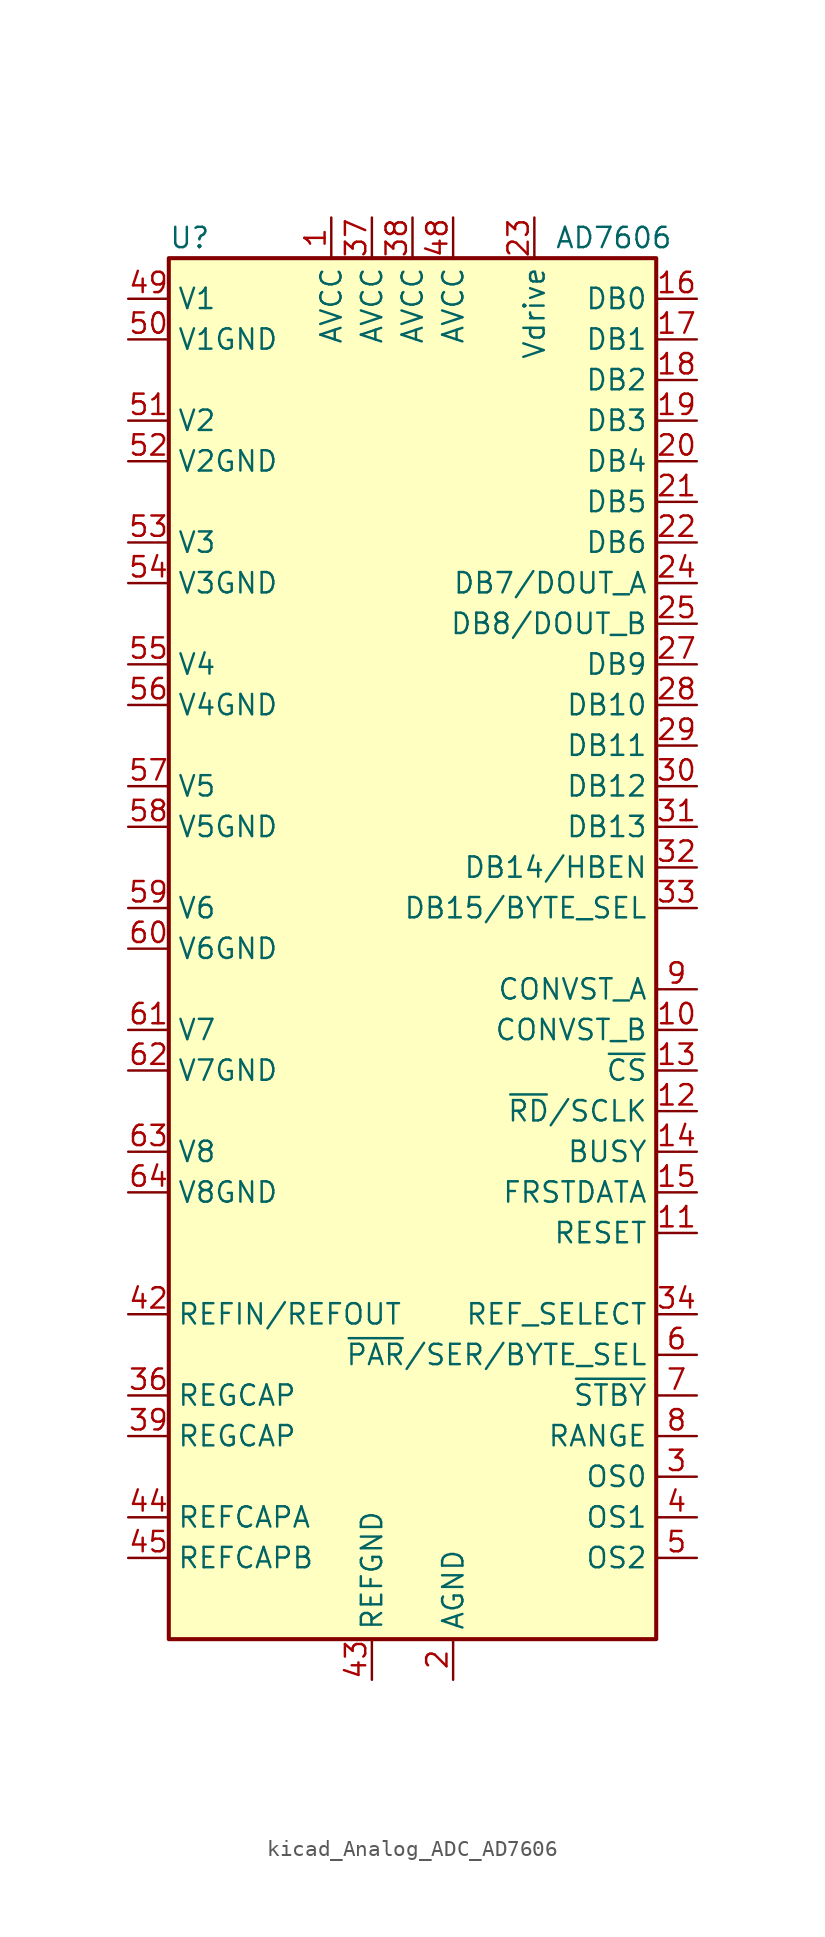
<source format=kicad_sym>
(kicad_symbol_lib
  (version 20220914)
  (generator kicad_symbol_editor)
  (symbol "kicad_Analog_ADC_AD7606"
    (property "Reference" "U"
      (at -15.24 44.45 0)
      (effects (font (size 1.27 1.27)) (justify left)))
    (property "Value" "AD7606"
      (at 8.89 44.45 0)
      (effects (font (size 1.27 1.27)) (justify left)))
    (symbol "kicad_Analog_ADC_AD7606_1_1"
      (rectangle (start -15.24 43.18) (end 15.24 -43.18) (stroke (width 0.254) (type default)) (fill (type background)))
      (pin power_in line (at -5.08 45.72 270) (length 2.54) (name "AVCC" (effects (font (size 1.27 1.27)))) (number "1" (effects (font (size 1.27 1.27)))))
      (pin input line (at 17.78 -5.08 180) (length 2.54) (name "CONVST_B" (effects (font (size 1.27 1.27)))) (number "10" (effects (font (size 1.27 1.27)))))
      (pin input line (at 17.78 -17.78 180) (length 2.54) (name "RESET" (effects (font (size 1.27 1.27)))) (number "11" (effects (font (size 1.27 1.27)))))
      (pin input line (at 17.78 -10.16 180) (length 2.54) (name "~{RD}/SCLK" (effects (font (size 1.27 1.27)))) (number "12" (effects (font (size 1.27 1.27)))))
      (pin input line (at 17.78 -7.62 180) (length 2.54) (name "~{CS}" (effects (font (size 1.27 1.27)))) (number "13" (effects (font (size 1.27 1.27)))))
      (pin output line (at 17.78 -12.7 180) (length 2.54) (name "BUSY" (effects (font (size 1.27 1.27)))) (number "14" (effects (font (size 1.27 1.27)))))
      (pin output line (at 17.78 -15.24 180) (length 2.54) (name "FRSTDATA" (effects (font (size 1.27 1.27)))) (number "15" (effects (font (size 1.27 1.27)))))
      (pin output line (at 17.78 40.64 180) (length 2.54) (name "DB0" (effects (font (size 1.27 1.27)))) (number "16" (effects (font (size 1.27 1.27)))))
      (pin output line (at 17.78 38.1 180) (length 2.54) (name "DB1" (effects (font (size 1.27 1.27)))) (number "17" (effects (font (size 1.27 1.27)))))
      (pin output line (at 17.78 35.56 180) (length 2.54) (name "DB2" (effects (font (size 1.27 1.27)))) (number "18" (effects (font (size 1.27 1.27)))))
      (pin output line (at 17.78 33.02 180) (length 2.54) (name "DB3" (effects (font (size 1.27 1.27)))) (number "19" (effects (font (size 1.27 1.27)))))
      (pin power_in line (at 2.54 -45.72 90) (length 2.54) (name "AGND" (effects (font (size 1.27 1.27)))) (number "2" (effects (font (size 1.27 1.27)))))
      (pin output line (at 17.78 30.48 180) (length 2.54) (name "DB4" (effects (font (size 1.27 1.27)))) (number "20" (effects (font (size 1.27 1.27)))))
      (pin output line (at 17.78 27.94 180) (length 2.54) (name "DB5" (effects (font (size 1.27 1.27)))) (number "21" (effects (font (size 1.27 1.27)))))
      (pin output line (at 17.78 25.4 180) (length 2.54) (name "DB6" (effects (font (size 1.27 1.27)))) (number "22" (effects (font (size 1.27 1.27)))))
      (pin power_in line (at 7.62 45.72 270) (length 2.54) (name "Vdrive" (effects (font (size 1.27 1.27)))) (number "23" (effects (font (size 1.27 1.27)))))
      (pin output line (at 17.78 22.86 180) (length 2.54) (name "DB7/DOUT_A" (effects (font (size 1.27 1.27)))) (number "24" (effects (font (size 1.27 1.27)))))
      (pin output line (at 17.78 20.32 180) (length 2.54) (name "DB8/DOUT_B" (effects (font (size 1.27 1.27)))) (number "25" (effects (font (size 1.27 1.27)))))
      (pin passive line (at 2.54 -45.72 90) (length 2.54) hide (name "AGND" (effects (font (size 1.27 1.27)))) (number "26" (effects (font (size 1.27 1.27)))))
      (pin output line (at 17.78 17.78 180) (length 2.54) (name "DB9" (effects (font (size 1.27 1.27)))) (number "27" (effects (font (size 1.27 1.27)))))
      (pin output line (at 17.78 15.24 180) (length 2.54) (name "DB10" (effects (font (size 1.27 1.27)))) (number "28" (effects (font (size 1.27 1.27)))))
      (pin output line (at 17.78 12.7 180) (length 2.54) (name "DB11" (effects (font (size 1.27 1.27)))) (number "29" (effects (font (size 1.27 1.27)))))
      (pin input line (at 17.78 -33.02 180) (length 2.54) (name "OS0" (effects (font (size 1.27 1.27)))) (number "3" (effects (font (size 1.27 1.27)))))
      (pin output line (at 17.78 10.16 180) (length 2.54) (name "DB12" (effects (font (size 1.27 1.27)))) (number "30" (effects (font (size 1.27 1.27)))))
      (pin output line (at 17.78 7.62 180) (length 2.54) (name "DB13" (effects (font (size 1.27 1.27)))) (number "31" (effects (font (size 1.27 1.27)))))
      (pin bidirectional line (at 17.78 5.08 180) (length 2.54) (name "DB14/HBEN" (effects (font (size 1.27 1.27)))) (number "32" (effects (font (size 1.27 1.27)))))
      (pin bidirectional line (at 17.78 2.54 180) (length 2.54) (name "DB15/BYTE_SEL" (effects (font (size 1.27 1.27)))) (number "33" (effects (font (size 1.27 1.27)))))
      (pin input line (at 17.78 -22.86 180) (length 2.54) (name "REF_SELECT" (effects (font (size 1.27 1.27)))) (number "34" (effects (font (size 1.27 1.27)))))
      (pin passive line (at 2.54 -45.72 90) (length 2.54) hide (name "AGND" (effects (font (size 1.27 1.27)))) (number "35" (effects (font (size 1.27 1.27)))))
      (pin passive line (at -17.78 -27.94 0) (length 2.54) (name "REGCAP" (effects (font (size 1.27 1.27)))) (number "36" (effects (font (size 1.27 1.27)))))
      (pin power_in line (at -2.54 45.72 270) (length 2.54) (name "AVCC" (effects (font (size 1.27 1.27)))) (number "37" (effects (font (size 1.27 1.27)))))
      (pin power_in line (at 0 45.72 270) (length 2.54) (name "AVCC" (effects (font (size 1.27 1.27)))) (number "38" (effects (font (size 1.27 1.27)))))
      (pin passive line (at -17.78 -30.48 0) (length 2.54) (name "REGCAP" (effects (font (size 1.27 1.27)))) (number "39" (effects (font (size 1.27 1.27)))))
      (pin input line (at 17.78 -35.56 180) (length 2.54) (name "OS1" (effects (font (size 1.27 1.27)))) (number "4" (effects (font (size 1.27 1.27)))))
      (pin passive line (at 2.54 -45.72 90) (length 2.54) hide (name "AGND" (effects (font (size 1.27 1.27)))) (number "40" (effects (font (size 1.27 1.27)))))
      (pin passive line (at 2.54 -45.72 90) (length 2.54) hide (name "AGND" (effects (font (size 1.27 1.27)))) (number "41" (effects (font (size 1.27 1.27)))))
      (pin passive line (at -17.78 -22.86 0) (length 2.54) (name "REFIN/REFOUT" (effects (font (size 1.27 1.27)))) (number "42" (effects (font (size 1.27 1.27)))))
      (pin power_in line (at -2.54 -45.72 90) (length 2.54) (name "REFGND" (effects (font (size 1.27 1.27)))) (number "43" (effects (font (size 1.27 1.27)))))
      (pin passive line (at -17.78 -35.56 0) (length 2.54) (name "REFCAPA" (effects (font (size 1.27 1.27)))) (number "44" (effects (font (size 1.27 1.27)))))
      (pin passive line (at -17.78 -38.1 0) (length 2.54) (name "REFCAPB" (effects (font (size 1.27 1.27)))) (number "45" (effects (font (size 1.27 1.27)))))
      (pin passive line (at -2.54 -45.72 90) (length 2.54) hide (name "REFGND" (effects (font (size 1.27 1.27)))) (number "46" (effects (font (size 1.27 1.27)))))
      (pin passive line (at 2.54 -45.72 90) (length 2.54) hide (name "AGND" (effects (font (size 1.27 1.27)))) (number "47" (effects (font (size 1.27 1.27)))))
      (pin power_in line (at 2.54 45.72 270) (length 2.54) (name "AVCC" (effects (font (size 1.27 1.27)))) (number "48" (effects (font (size 1.27 1.27)))))
      (pin input line (at -17.78 40.64 0) (length 2.54) (name "V1" (effects (font (size 1.27 1.27)))) (number "49" (effects (font (size 1.27 1.27)))))
      (pin input line (at 17.78 -38.1 180) (length 2.54) (name "OS2" (effects (font (size 1.27 1.27)))) (number "5" (effects (font (size 1.27 1.27)))))
      (pin input line (at -17.78 38.1 0) (length 2.54) (name "V1GND" (effects (font (size 1.27 1.27)))) (number "50" (effects (font (size 1.27 1.27)))))
      (pin input line (at -17.78 33.02 0) (length 2.54) (name "V2" (effects (font (size 1.27 1.27)))) (number "51" (effects (font (size 1.27 1.27)))))
      (pin input line (at -17.78 30.48 0) (length 2.54) (name "V2GND" (effects (font (size 1.27 1.27)))) (number "52" (effects (font (size 1.27 1.27)))))
      (pin input line (at -17.78 25.4 0) (length 2.54) (name "V3" (effects (font (size 1.27 1.27)))) (number "53" (effects (font (size 1.27 1.27)))))
      (pin input line (at -17.78 22.86 0) (length 2.54) (name "V3GND" (effects (font (size 1.27 1.27)))) (number "54" (effects (font (size 1.27 1.27)))))
      (pin input line (at -17.78 17.78 0) (length 2.54) (name "V4" (effects (font (size 1.27 1.27)))) (number "55" (effects (font (size 1.27 1.27)))))
      (pin input line (at -17.78 15.24 0) (length 2.54) (name "V4GND" (effects (font (size 1.27 1.27)))) (number "56" (effects (font (size 1.27 1.27)))))
      (pin input line (at -17.78 10.16 0) (length 2.54) (name "V5" (effects (font (size 1.27 1.27)))) (number "57" (effects (font (size 1.27 1.27)))))
      (pin input line (at -17.78 7.62 0) (length 2.54) (name "V5GND" (effects (font (size 1.27 1.27)))) (number "58" (effects (font (size 1.27 1.27)))))
      (pin input line (at -17.78 2.54 0) (length 2.54) (name "V6" (effects (font (size 1.27 1.27)))) (number "59" (effects (font (size 1.27 1.27)))))
      (pin input line (at 17.78 -25.4 180) (length 2.54) (name "~{PAR}/SER/BYTE_SEL" (effects (font (size 1.27 1.27)))) (number "6" (effects (font (size 1.27 1.27)))))
      (pin input line (at -17.78 0 0) (length 2.54) (name "V6GND" (effects (font (size 1.27 1.27)))) (number "60" (effects (font (size 1.27 1.27)))))
      (pin input line (at -17.78 -5.08 0) (length 2.54) (name "V7" (effects (font (size 1.27 1.27)))) (number "61" (effects (font (size 1.27 1.27)))))
      (pin input line (at -17.78 -7.62 0) (length 2.54) (name "V7GND" (effects (font (size 1.27 1.27)))) (number "62" (effects (font (size 1.27 1.27)))))
      (pin input line (at -17.78 -12.7 0) (length 2.54) (name "V8" (effects (font (size 1.27 1.27)))) (number "63" (effects (font (size 1.27 1.27)))))
      (pin input line (at -17.78 -15.24 0) (length 2.54) (name "V8GND" (effects (font (size 1.27 1.27)))) (number "64" (effects (font (size 1.27 1.27)))))
      (pin input line (at 17.78 -27.94 180) (length 2.54) (name "~{STBY}" (effects (font (size 1.27 1.27)))) (number "7" (effects (font (size 1.27 1.27)))))
      (pin input line (at 17.78 -30.48 180) (length 2.54) (name "RANGE" (effects (font (size 1.27 1.27)))) (number "8" (effects (font (size 1.27 1.27)))))
      (pin input line (at 17.78 -2.54 180) (length 2.54) (name "CONVST_A" (effects (font (size 1.27 1.27)))) (number "9" (effects (font (size 1.27 1.27))))))))
</source>
